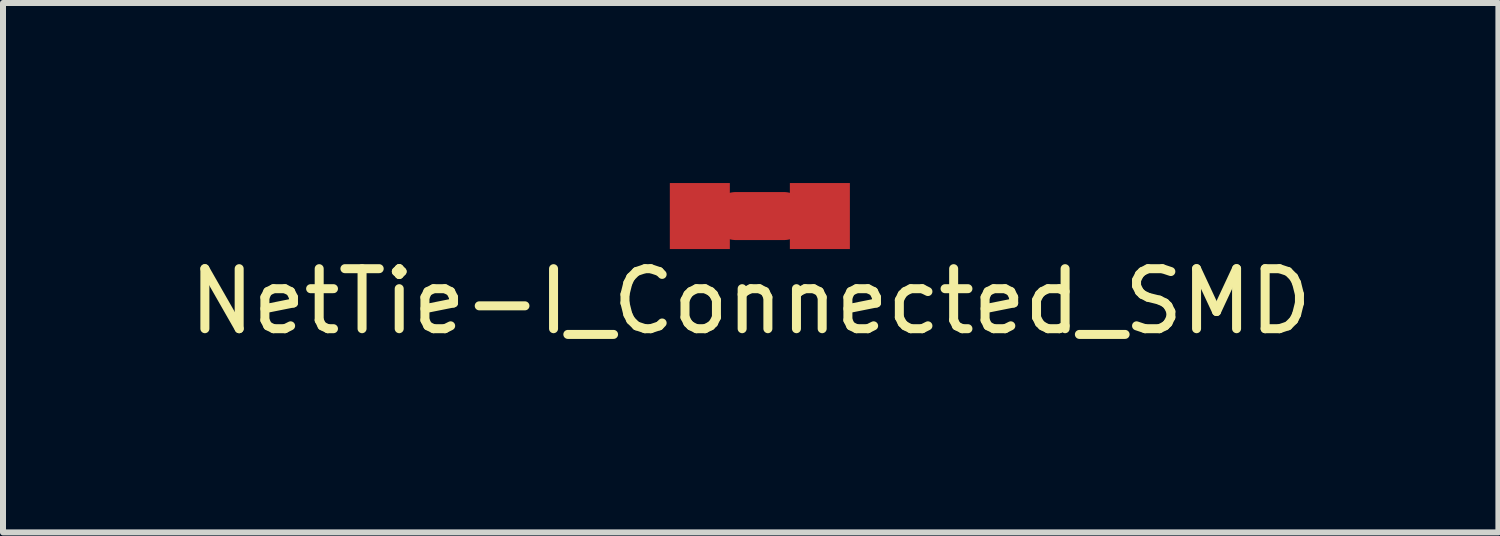
<source format=kicad_pcb>
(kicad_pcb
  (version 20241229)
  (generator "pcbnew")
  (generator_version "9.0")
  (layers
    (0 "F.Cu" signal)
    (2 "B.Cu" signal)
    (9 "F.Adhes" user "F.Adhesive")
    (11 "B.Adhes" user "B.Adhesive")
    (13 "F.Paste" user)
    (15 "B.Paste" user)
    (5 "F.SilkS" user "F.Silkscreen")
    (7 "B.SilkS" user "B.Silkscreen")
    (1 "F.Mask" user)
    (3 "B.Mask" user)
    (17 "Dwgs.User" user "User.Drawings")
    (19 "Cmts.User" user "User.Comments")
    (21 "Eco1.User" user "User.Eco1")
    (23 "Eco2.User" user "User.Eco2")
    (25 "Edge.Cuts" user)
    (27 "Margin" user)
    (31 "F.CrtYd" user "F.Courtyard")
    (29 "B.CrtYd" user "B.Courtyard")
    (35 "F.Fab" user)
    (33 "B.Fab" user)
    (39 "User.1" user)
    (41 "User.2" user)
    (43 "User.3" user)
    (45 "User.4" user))
  (footprint "NetTie-I_Connected_SMD"
    (layer "F.Cu")
    (at 9.611 0.55)
    (property "Reference" "NetTie-I_Connected_SMD" (at -0.152 1.422 0) (layer "F.SilkS") (effects (font (size 1 1) (thickness 0.15))))
    (attr through_hole)
    (fp_line (start 0.4 0) (end -0.4 0) (stroke (width 0.8) (type solid)) (layer "F.Cu"))
    (pad "1" smd rect (at -1 0) (size 1 1.1) (layers "F.Cu"))
    (pad "2" smd rect (at 1 0) (size 1 1.1) (layers "F.Cu")))
  (gr_rect
    (start -3 -3)
    (end 21.917 5.821)
    (stroke (width 0.1) (type default))
    (fill no)
    (layer "Edge.Cuts")))
</source>
